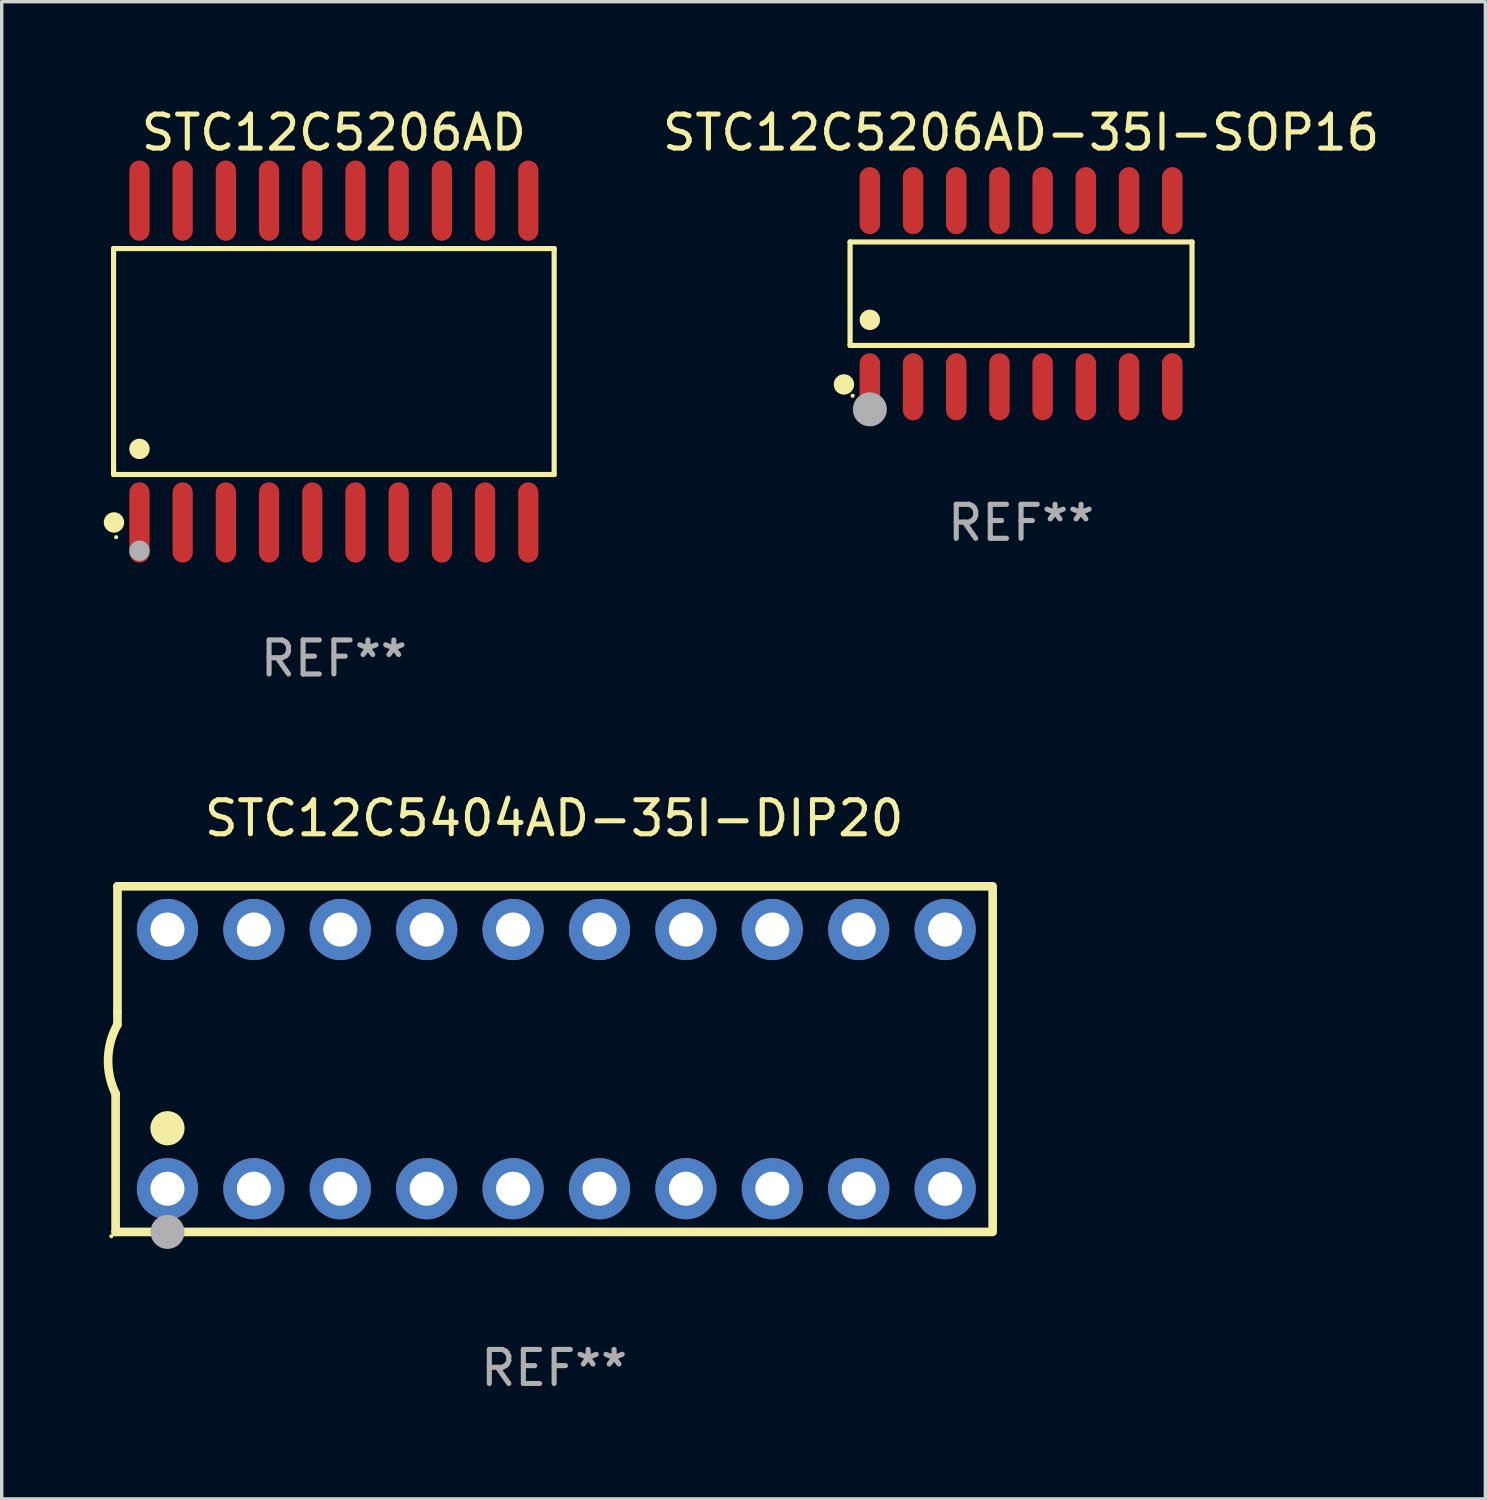
<source format=kicad_pcb>
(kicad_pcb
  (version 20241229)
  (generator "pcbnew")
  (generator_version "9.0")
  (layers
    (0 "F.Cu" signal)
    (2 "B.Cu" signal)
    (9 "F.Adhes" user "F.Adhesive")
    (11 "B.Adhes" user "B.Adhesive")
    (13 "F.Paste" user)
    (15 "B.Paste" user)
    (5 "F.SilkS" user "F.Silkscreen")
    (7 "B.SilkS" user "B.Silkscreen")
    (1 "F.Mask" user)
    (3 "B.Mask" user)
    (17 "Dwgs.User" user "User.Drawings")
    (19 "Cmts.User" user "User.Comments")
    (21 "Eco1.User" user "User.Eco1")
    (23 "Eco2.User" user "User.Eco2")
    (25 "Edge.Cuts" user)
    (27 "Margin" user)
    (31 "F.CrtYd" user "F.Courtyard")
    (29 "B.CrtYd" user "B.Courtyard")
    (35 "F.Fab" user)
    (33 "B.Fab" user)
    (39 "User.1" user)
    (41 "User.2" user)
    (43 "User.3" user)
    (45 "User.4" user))
  (footprint "STC12C5404AD-35I-DIP20"
    (layer "F.Cu")
    (at 13.24 28.085)
    (property "Reference" "STC12C5404AD-35I-DIP20" (at 0 -7.08 0) (layer "F.SilkS") (effects (font (size 1 1) (thickness 0.15))))
    (attr through_hole)
    (fp_line (start -12.891 5.08) (end -12.891 1.016) (stroke (width 0.254) (type solid)) (layer "F.SilkS"))
    (fp_line (start -12.891 5.08) (end 12.891 5.08) (stroke (width 0.254) (type solid)) (layer "F.SilkS"))
    (fp_line (start -12.837 -5.08) (end -12.837 -1.397) (stroke (width 0.254) (type solid)) (layer "F.SilkS"))
    (fp_line (start -12.837 -5.08) (end 12.891 -5.08) (stroke (width 0.254) (type solid)) (layer "F.SilkS"))
    (fp_line (start -12.837 -1.397) (end -12.837 -1.016) (stroke (width 0.254) (type solid)) (layer "F.SilkS"))
    (fp_line (start 12.891 -5) (end 12.891 5) (stroke (width 0.254) (type solid)) (layer "F.SilkS"))
    (fp_arc (start -12.890526 1.016002) (mid -13.111945 -0.006602) (end -12.836525 -1.016002) (stroke (width 0.254001) (type solid)) (layer "F.SilkS"))
    (fp_circle (center -13.018 5.207) (end -12.988 5.207) (stroke (width 0.06) (type solid)) (fill no) (layer "F.SilkS"))
    (fp_circle (center -11.367 2.032) (end -11.113 2.032) (stroke (width 0.5) (type solid)) (fill no) (layer "F.SilkS"))
    (fp_circle (center -11.367 5.08) (end -11.117 5.08) (stroke (width 0.5) (type solid)) (fill no) (layer "F.Fab"))
    (fp_text user "REF**" (at 0 9.08 0) (layer "F.Fab") (effects (font (size 1 1) (thickness 0.15))))
    (pad "1" thru_hole circle (at -11.367 3.81) (size 1.8 1.8) (drill 1) (layers "*.Cu" "*.Mask"))
    (pad "2" thru_hole circle (at -8.827 3.81) (size 1.8 1.8) (drill 1) (layers "*.Cu" "*.Mask"))
    (pad "3" thru_hole circle (at -6.287 3.81) (size 1.8 1.8) (drill 1) (layers "*.Cu" "*.Mask"))
    (pad "4" thru_hole circle (at -3.747 3.81) (size 1.8 1.8) (drill 1) (layers "*.Cu" "*.Mask"))
    (pad "5" thru_hole circle (at -1.207 3.81) (size 1.8 1.8) (drill 1) (layers "*.Cu" "*.Mask"))
    (pad "6" thru_hole circle (at 1.334 3.81) (size 1.8 1.8) (drill 1) (layers "*.Cu" "*.Mask"))
    (pad "7" thru_hole circle (at 3.874 3.81) (size 1.8 1.8) (drill 1) (layers "*.Cu" "*.Mask"))
    (pad "8" thru_hole circle (at 6.414 3.81) (size 1.8 1.8) (drill 1) (layers "*.Cu" "*.Mask"))
    (pad "9" thru_hole circle (at 8.954 3.81) (size 1.8 1.8) (drill 1) (layers "*.Cu" "*.Mask"))
    (pad "10" thru_hole circle (at 11.494 3.81) (size 1.8 1.8) (drill 1) (layers "*.Cu" "*.Mask"))
    (pad "11" thru_hole circle (at 11.494 -3.81) (size 1.8 1.8) (drill 1) (layers "*.Cu" "*.Mask"))
    (pad "12" thru_hole circle (at 8.954 -3.81) (size 1.8 1.8) (drill 1) (layers "*.Cu" "*.Mask"))
    (pad "13" thru_hole circle (at 6.414 -3.81) (size 1.8 1.8) (drill 1) (layers "*.Cu" "*.Mask"))
    (pad "14" thru_hole circle (at 3.874 -3.81) (size 1.8 1.8) (drill 1) (layers "*.Cu" "*.Mask"))
    (pad "15" thru_hole circle (at 1.334 -3.81) (size 1.8 1.8) (drill 1) (layers "*.Cu" "*.Mask"))
    (pad "16" thru_hole circle (at -1.207 -3.81) (size 1.8 1.8) (drill 1) (layers "*.Cu" "*.Mask"))
    (pad "17" thru_hole circle (at -3.747 -3.81) (size 1.8 1.8) (drill 1) (layers "*.Cu" "*.Mask"))
    (pad "18" thru_hole circle (at -6.287 -3.81) (size 1.8 1.8) (drill 1) (layers "*.Cu" "*.Mask"))
    (pad "19" thru_hole circle (at -8.827 -3.81) (size 1.8 1.8) (drill 1) (layers "*.Cu" "*.Mask"))
    (pad "20" thru_hole circle (at -11.367 -3.81) (size 1.8 1.8) (drill 1) (layers "*.Cu" "*.Mask")))
  (footprint "STC12C5206AD-35I-SOP16"
    (layer "F.Cu")
    (at 26.966 5.584)
    (property "Reference" "STC12C5206AD-35I-SOP16" (at 0 -4.736 0) (layer "F.SilkS") (effects (font (size 1 1) (thickness 0.15))))
    (attr through_hole)
    (fp_line (start -5.026 -1.521) (end 5.026 -1.521) (stroke (width 0.152) (type solid)) (layer "F.SilkS"))
    (fp_line (start -5.026 1.521) (end -5.026 -1.521) (stroke (width 0.152) (type solid)) (layer "F.SilkS"))
    (fp_line (start 5.026 -1.521) (end 5.026 1.521) (stroke (width 0.152) (type solid)) (layer "F.SilkS"))
    (fp_line (start 5.026 1.521) (end -5.026 1.521) (stroke (width 0.152) (type solid)) (layer "F.SilkS"))
    (fp_circle (center -5.207 2.667) (end -5.057 2.667) (stroke (width 0.3) (type solid)) (fill no) (layer "F.SilkS"))
    (fp_circle (center -4.95 3) (end -4.92 3) (stroke (width 0.06) (type solid)) (fill no) (layer "F.SilkS"))
    (fp_circle (center -4.445 0.769) (end -4.295 0.769) (stroke (width 0.3) (type solid)) (fill no) (layer "F.SilkS"))
    (fp_circle (center -4.445 3.4) (end -4.195 3.4) (stroke (width 0.5) (type solid)) (fill no) (layer "F.Fab"))
    (fp_text user "REF**" (at 0 6.736 0) (layer "F.Fab") (effects (font (size 1 1) (thickness 0.15))))
    (pad "1" smd oval (at -4.445 2.736) (size 0.602 1.971) (layers "F.Cu" "F.Mask" "F.Paste"))
    (pad "2" smd oval (at -3.175 2.736) (size 0.602 1.971) (layers "F.Cu" "F.Mask" "F.Paste"))
    (pad "3" smd oval (at -1.905 2.736) (size 0.602 1.971) (layers "F.Cu" "F.Mask" "F.Paste"))
    (pad "4" smd oval (at -0.635 2.736) (size 0.602 1.971) (layers "F.Cu" "F.Mask" "F.Paste"))
    (pad "5" smd oval (at 0.635 2.736) (size 0.602 1.971) (layers "F.Cu" "F.Mask" "F.Paste"))
    (pad "6" smd oval (at 1.905 2.736) (size 0.602 1.971) (layers "F.Cu" "F.Mask" "F.Paste"))
    (pad "7" smd oval (at 3.175 2.736) (size 0.602 1.971) (layers "F.Cu" "F.Mask" "F.Paste"))
    (pad "8" smd oval (at 4.445 2.736) (size 0.602 1.971) (layers "F.Cu" "F.Mask" "F.Paste"))
    (pad "9" smd oval (at 4.445 -2.736) (size 0.602 1.971) (layers "F.Cu" "F.Mask" "F.Paste"))
    (pad "10" smd oval (at 3.175 -2.736) (size 0.602 1.971) (layers "F.Cu" "F.Mask" "F.Paste"))
    (pad "11" smd oval (at 1.905 -2.736) (size 0.602 1.971) (layers "F.Cu" "F.Mask" "F.Paste"))
    (pad "12" smd oval (at 0.635 -2.736) (size 0.602 1.971) (layers "F.Cu" "F.Mask" "F.Paste"))
    (pad "13" smd oval (at -0.635 -2.736) (size 0.602 1.971) (layers "F.Cu" "F.Mask" "F.Paste"))
    (pad "14" smd oval (at -1.905 -2.736) (size 0.602 1.971) (layers "F.Cu" "F.Mask" "F.Paste"))
    (pad "15" smd oval (at -3.175 -2.736) (size 0.602 1.971) (layers "F.Cu" "F.Mask" "F.Paste"))
    (pad "16" smd oval (at -4.445 -2.736) (size 0.602 1.971) (layers "F.Cu" "F.Mask" "F.Paste")))
  (footprint "STC12C5206AD"
    (layer "F.Cu")
    (at 6.765 7.578)
    (property "Reference" "STC12C5206AD" (at 0 -6.73 0) (layer "F.SilkS") (effects (font (size 1 1) (thickness 0.15))))
    (attr through_hole)
    (fp_line (start -6.476 -3.321) (end 6.476 -3.321) (stroke (width 0.152) (type solid)) (layer "F.SilkS"))
    (fp_line (start -6.476 3.321) (end -6.476 -3.321) (stroke (width 0.152) (type solid)) (layer "F.SilkS"))
    (fp_line (start 6.476 -3.321) (end 6.476 3.321) (stroke (width 0.152) (type solid)) (layer "F.SilkS"))
    (fp_line (start 6.476 3.321) (end -6.476 3.321) (stroke (width 0.152) (type solid)) (layer "F.SilkS"))
    (fp_circle (center -6.465 4.73) (end -6.315 4.73) (stroke (width 0.3) (type solid)) (fill no) (layer "F.SilkS"))
    (fp_circle (center -6.4 5.163) (end -6.37 5.163) (stroke (width 0.06) (type solid)) (fill no) (layer "F.SilkS"))
    (fp_circle (center -5.715 2.569) (end -5.565 2.569) (stroke (width 0.3) (type solid)) (fill no) (layer "F.SilkS"))
    (fp_circle (center -5.715 5.563) (end -5.565 5.563) (stroke (width 0.3) (type solid)) (fill no) (layer "F.Fab"))
    (fp_text user "REF**" (at 0 8.73 0) (layer "F.Fab") (effects (font (size 1 1) (thickness 0.15))))
    (pad "1" smd oval (at -5.715 4.73) (size 0.595 2.36) (layers "F.Cu" "F.Mask" "F.Paste"))
    (pad "2" smd oval (at -4.445 4.73) (size 0.595 2.36) (layers "F.Cu" "F.Mask" "F.Paste"))
    (pad "3" smd oval (at -3.175 4.73) (size 0.595 2.36) (layers "F.Cu" "F.Mask" "F.Paste"))
    (pad "4" smd oval (at -1.905 4.73) (size 0.595 2.36) (layers "F.Cu" "F.Mask" "F.Paste"))
    (pad "5" smd oval (at -0.635 4.73) (size 0.595 2.36) (layers "F.Cu" "F.Mask" "F.Paste"))
    (pad "6" smd oval (at 0.635 4.73) (size 0.595 2.36) (layers "F.Cu" "F.Mask" "F.Paste"))
    (pad "7" smd oval (at 1.905 4.73) (size 0.595 2.36) (layers "F.Cu" "F.Mask" "F.Paste"))
    (pad "8" smd oval (at 3.175 4.73) (size 0.595 2.36) (layers "F.Cu" "F.Mask" "F.Paste"))
    (pad "9" smd oval (at 4.445 4.73) (size 0.595 2.36) (layers "F.Cu" "F.Mask" "F.Paste"))
    (pad "10" smd oval (at 5.715 4.73) (size 0.595 2.36) (layers "F.Cu" "F.Mask" "F.Paste"))
    (pad "11" smd oval (at 5.715 -4.73) (size 0.595 2.36) (layers "F.Cu" "F.Mask" "F.Paste"))
    (pad "12" smd oval (at 4.445 -4.73) (size 0.595 2.36) (layers "F.Cu" "F.Mask" "F.Paste"))
    (pad "13" smd oval (at 3.175 -4.73) (size 0.595 2.36) (layers "F.Cu" "F.Mask" "F.Paste"))
    (pad "14" smd oval (at 1.905 -4.73) (size 0.595 2.36) (layers "F.Cu" "F.Mask" "F.Paste"))
    (pad "15" smd oval (at 0.635 -4.73) (size 0.595 2.36) (layers "F.Cu" "F.Mask" "F.Paste"))
    (pad "16" smd oval (at -0.635 -4.73) (size 0.595 2.36) (layers "F.Cu" "F.Mask" "F.Paste"))
    (pad "17" smd oval (at -1.905 -4.73) (size 0.595 2.36) (layers "F.Cu" "F.Mask" "F.Paste"))
    (pad "18" smd oval (at -3.175 -4.73) (size 0.595 2.36) (layers "F.Cu" "F.Mask" "F.Paste"))
    (pad "19" smd oval (at -4.445 -4.73) (size 0.595 2.36) (layers "F.Cu" "F.Mask" "F.Paste"))
    (pad "20" smd oval (at -5.715 -4.73) (size 0.595 2.36) (layers "F.Cu" "F.Mask" "F.Paste")))
  (gr_rect
    (start -3 -3)
    (end 40.615 41.013)
    (stroke (width 0.1) (type default))
    (fill no)
    (layer "Edge.Cuts")))
</source>
